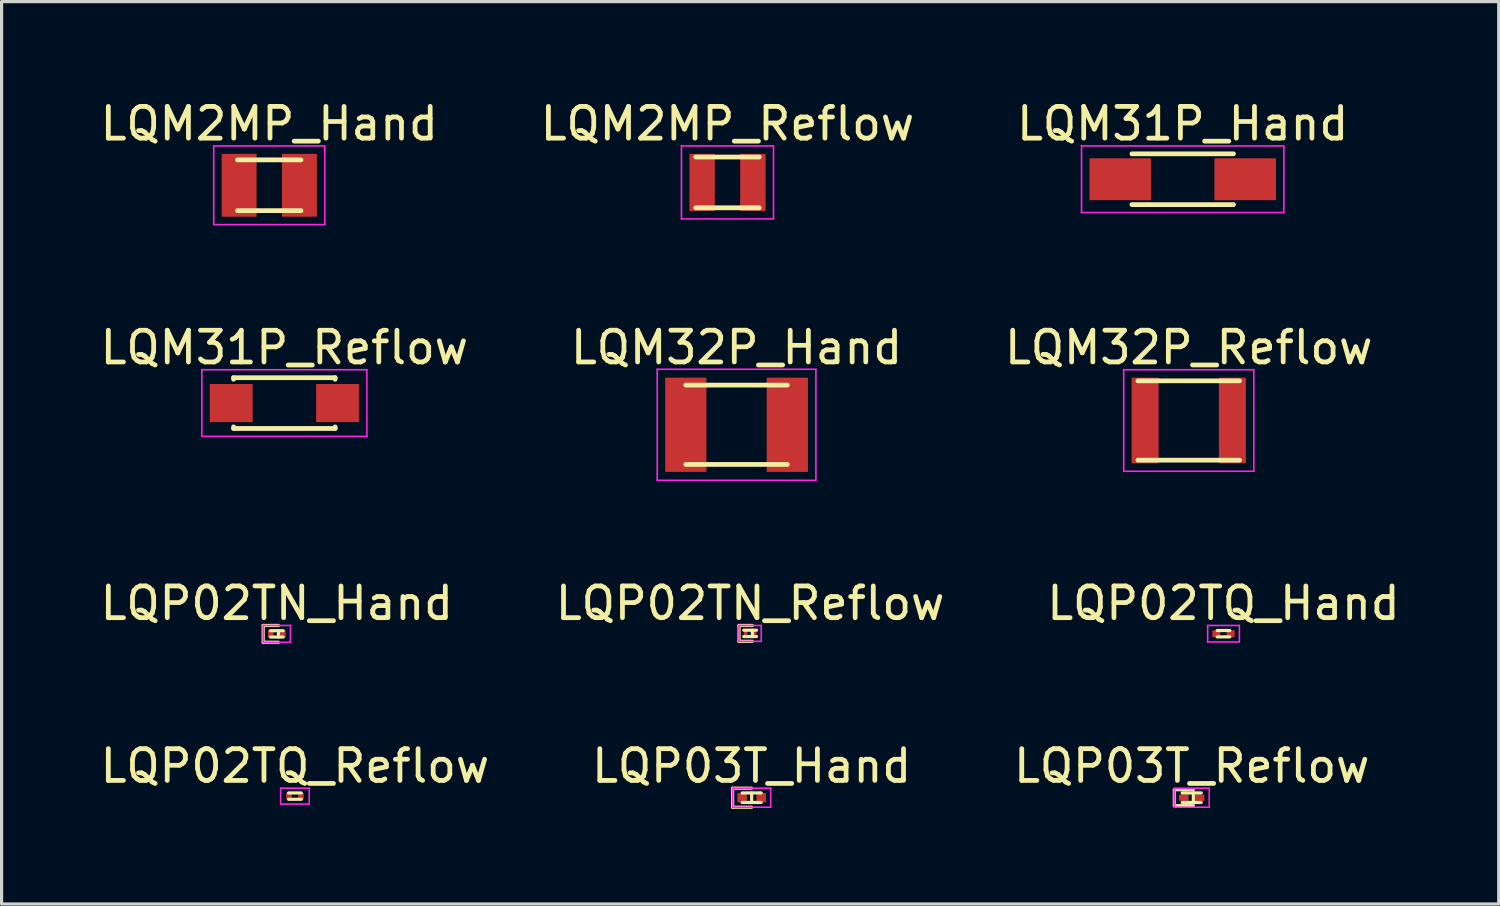
<source format=kicad_pcb>
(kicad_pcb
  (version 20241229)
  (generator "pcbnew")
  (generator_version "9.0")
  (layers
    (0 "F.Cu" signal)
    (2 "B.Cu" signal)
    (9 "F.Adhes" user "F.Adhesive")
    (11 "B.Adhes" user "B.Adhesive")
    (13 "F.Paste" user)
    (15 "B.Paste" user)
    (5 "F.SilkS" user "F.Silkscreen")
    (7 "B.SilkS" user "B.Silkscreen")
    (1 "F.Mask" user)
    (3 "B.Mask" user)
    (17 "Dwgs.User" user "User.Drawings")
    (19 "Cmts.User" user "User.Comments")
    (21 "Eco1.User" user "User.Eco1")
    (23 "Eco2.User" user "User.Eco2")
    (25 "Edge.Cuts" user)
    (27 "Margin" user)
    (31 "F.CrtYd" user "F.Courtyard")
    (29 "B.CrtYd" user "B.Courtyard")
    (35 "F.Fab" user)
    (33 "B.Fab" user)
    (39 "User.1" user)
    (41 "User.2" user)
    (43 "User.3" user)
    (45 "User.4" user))
  (footprint "LQP03T_Reflow"
    (layer "F.Cu")
    (at 34.506 22.088)
    (property "Reference" "LQP03T_Reflow" (at 0 -1 0) (layer "F.SilkS") (effects (font (size 1 1) (thickness 0.15))))
    (attr smd)
    (fp_line (start -0.55 -0.25) (end 0.05 -0.25) (stroke (width 0.1) (type solid)) (layer "F.SilkS"))
    (fp_line (start -0.55 0.25) (end -0.55 -0.25) (stroke (width 0.1) (type solid)) (layer "F.SilkS"))
    (fp_line (start -0.55 0.25) (end 0.05 0.25) (stroke (width 0.1) (type solid)) (layer "F.SilkS"))
    (fp_line (start -0.3 -0.15) (end 0.3 -0.15) (stroke (width 0.1) (type solid)) (layer "F.SilkS"))
    (fp_line (start -0.3 0.15) (end 0.3 0.15) (stroke (width 0.1) (type solid)) (layer "F.SilkS"))
    (fp_line (start 0.05 -0.15) (end 0.05 0.15) (stroke (width 0.1) (type solid)) (layer "F.SilkS"))
    (fp_line (start -0.55 -0.3) (end -0.55 0.3) (stroke (width 0.05) (type solid)) (layer "F.CrtYd"))
    (fp_line (start -0.55 -0.3) (end 0.55 -0.3) (stroke (width 0.05) (type solid)) (layer "F.CrtYd"))
    (fp_line (start -0.55 0.3) (end 0.55 0.3) (stroke (width 0.05) (type solid)) (layer "F.CrtYd"))
    (fp_line (start 0.55 -0.3) (end 0.55 0.3) (stroke (width 0.05) (type solid)) (layer "F.CrtYd"))
    (pad "1" smd rect (at -0.25 0) (size 0.3 0.2) (layers "F.Cu" "F.Mask" "F.Paste"))
    (pad "2" smd rect (at 0.25 0) (size 0.3 0.2) (layers "F.Cu" "F.Mask" "F.Paste")))
  (footprint "LQP02TQ_Reflow"
    (layer "F.Cu")
    (at 6.244 22.038)
    (property "Reference" "LQP02TQ_Reflow" (at 0 -0.95 0) (layer "F.SilkS") (effects (font (size 1 1) (thickness 0.15))))
    (attr smd)
    (fp_line (start -0.2 -0.1) (end 0.2 -0.1) (stroke (width 0.1) (type solid)) (layer "F.SilkS"))
    (fp_line (start -0.2 0.1) (end 0.2 0.1) (stroke (width 0.1) (type solid)) (layer "F.SilkS"))
    (fp_line (start -0.45 -0.25) (end -0.45 0.25) (stroke (width 0.05) (type solid)) (layer "F.CrtYd"))
    (fp_line (start -0.45 -0.25) (end 0.45 -0.25) (stroke (width 0.05) (type solid)) (layer "F.CrtYd"))
    (fp_line (start -0.45 0.25) (end 0.45 0.25) (stroke (width 0.05) (type solid)) (layer "F.CrtYd"))
    (fp_line (start 0.45 -0.25) (end 0.45 0.25) (stroke (width 0.05) (type solid)) (layer "F.CrtYd"))
    (pad "1" smd rect (at -0.19 0) (size 0.18 0.2) (layers "F.Cu" "F.Mask" "F.Paste"))
    (pad "2" smd rect (at 0.19 0) (size 0.18 0.2) (layers "F.Cu" "F.Mask" "F.Paste")))
  (footprint "LQP02TN_Reflow"
    (layer "F.Cu")
    (at 20.589 16.91)
    (property "Reference" "LQP02TN_Reflow" (at 0 -0.95 0) (layer "F.SilkS") (effects (font (size 1 1) (thickness 0.15))))
    (attr smd)
    (fp_line (start -0.35 -0.25) (end 0.07 -0.25) (stroke (width 0.1) (type solid)) (layer "F.SilkS"))
    (fp_line (start -0.35 0.25) (end -0.35 -0.25) (stroke (width 0.1) (type solid)) (layer "F.SilkS"))
    (fp_line (start -0.35 0.25) (end 0.07 0.25) (stroke (width 0.1) (type solid)) (layer "F.SilkS"))
    (fp_line (start -0.2 -0.1) (end 0.2 -0.1) (stroke (width 0.1) (type solid)) (layer "F.SilkS"))
    (fp_line (start -0.2 0.1) (end 0.2 0.1) (stroke (width 0.1) (type solid)) (layer "F.SilkS"))
    (fp_line (start 0.07 -0.1) (end 0.07 0.1) (stroke (width 0.1) (type solid)) (layer "F.SilkS"))
    (fp_line (start -0.35 -0.25) (end -0.35 0.25) (stroke (width 0.05) (type solid)) (layer "F.CrtYd"))
    (fp_line (start -0.35 -0.25) (end 0.35 -0.25) (stroke (width 0.05) (type solid)) (layer "F.CrtYd"))
    (fp_line (start -0.35 0.25) (end 0.35 0.25) (stroke (width 0.05) (type solid)) (layer "F.CrtYd"))
    (fp_line (start 0.35 -0.25) (end 0.35 0.25) (stroke (width 0.05) (type solid)) (layer "F.CrtYd"))
    (pad "1" smd rect (at -0.14 0) (size 0.12 0.2) (layers "F.Cu" "F.Mask" "F.Paste"))
    (pad "2" smd rect (at 0.14 0) (size 0.12 0.2) (layers "F.Cu" "F.Mask" "F.Paste")))
  (footprint "LQP02TN_Hand"
    (layer "F.Cu")
    (at 5.673 16.925)
    (property "Reference" "LQP02TN_Hand" (at 0 -0.965 0) (layer "F.SilkS") (effects (font (size 1 1) (thickness 0.15))))
    (attr smd)
    (fp_line (start -0.43 -0.265) (end 0.05 -0.265) (stroke (width 0.1) (type solid)) (layer "F.SilkS"))
    (fp_line (start -0.43 0.265) (end -0.43 -0.265) (stroke (width 0.1) (type solid)) (layer "F.SilkS"))
    (fp_line (start -0.43 0.265) (end 0.05 0.265) (stroke (width 0.1) (type solid)) (layer "F.SilkS"))
    (fp_line (start -0.2 -0.1) (end 0.2 -0.1) (stroke (width 0.1) (type solid)) (layer "F.SilkS"))
    (fp_line (start -0.2 0.1) (end 0.2 0.1) (stroke (width 0.1) (type solid)) (layer "F.SilkS"))
    (fp_line (start 0.05 -0.1) (end 0.05 0.1) (stroke (width 0.1) (type solid)) (layer "F.SilkS"))
    (fp_line (start -0.43 -0.265) (end -0.43 0.265) (stroke (width 0.05) (type solid)) (layer "F.CrtYd"))
    (fp_line (start -0.43 -0.265) (end 0.43 -0.265) (stroke (width 0.05) (type solid)) (layer "F.CrtYd"))
    (fp_line (start -0.43 0.265) (end 0.43 0.265) (stroke (width 0.05) (type solid)) (layer "F.CrtYd"))
    (fp_line (start 0.43 -0.265) (end 0.43 0.265) (stroke (width 0.05) (type solid)) (layer "F.CrtYd"))
    (pad "1" smd rect (at -0.19 0) (size 0.18 0.23) (layers "F.Cu" "F.Mask" "F.Paste"))
    (pad "2" smd rect (at 0.19 0) (size 0.18 0.23) (layers "F.Cu" "F.Mask" "F.Paste")))
  (footprint "LQP02TQ_Hand"
    (layer "F.Cu")
    (at 35.506 16.92)
    (property "Reference" "LQP02TQ_Hand" (at 0 -0.96 0) (layer "F.SilkS") (effects (font (size 1 1) (thickness 0.15))))
    (attr smd)
    (fp_line (start -0.2 -0.1) (end 0.2 -0.1) (stroke (width 0.1) (type solid)) (layer "F.SilkS"))
    (fp_line (start -0.2 0.1) (end 0.2 0.1) (stroke (width 0.1) (type solid)) (layer "F.SilkS"))
    (fp_line (start -0.5 -0.26) (end -0.5 0.26) (stroke (width 0.05) (type solid)) (layer "F.CrtYd"))
    (fp_line (start -0.5 -0.26) (end 0.5 -0.26) (stroke (width 0.05) (type solid)) (layer "F.CrtYd"))
    (fp_line (start -0.5 0.26) (end 0.5 0.26) (stroke (width 0.05) (type solid)) (layer "F.CrtYd"))
    (fp_line (start 0.5 -0.26) (end 0.5 0.26) (stroke (width 0.05) (type solid)) (layer "F.CrtYd"))
    (pad "1" smd rect (at -0.225 0) (size 0.25 0.22) (layers "F.Cu" "F.Mask" "F.Paste"))
    (pad "2" smd rect (at 0.225 0) (size 0.25 0.22) (layers "F.Cu" "F.Mask" "F.Paste")))
  (footprint "LQM31P_Hand"
    (layer "F.Cu")
    (at 34.22 2.598)
    (property "Reference" "LQM31P_Hand" (at 0 -1.75 0) (layer "F.SilkS") (effects (font (size 1 1) (thickness 0.15))))
    (attr smd)
    (fp_line (start -1.6 -0.8) (end 1.6 -0.8) (stroke (width 0.15) (type solid)) (layer "F.SilkS"))
    (fp_line (start -1.6 0.8) (end 1.6 0.8) (stroke (width 0.15) (type solid)) (layer "F.SilkS"))
    (fp_line (start -3.188 -1.05) (end -3.188 1.05) (stroke (width 0.05) (type solid)) (layer "F.CrtYd"))
    (fp_line (start -3.188 -1.05) (end 3.188 -1.05) (stroke (width 0.05) (type solid)) (layer "F.CrtYd"))
    (fp_line (start -3.188 1.05) (end 3.188 1.05) (stroke (width 0.05) (type solid)) (layer "F.CrtYd"))
    (fp_line (start 3.188 -1.05) (end 3.188 1.05) (stroke (width 0.05) (type solid)) (layer "F.CrtYd"))
    (pad "1" smd rect (at -1.969 0) (size 1.938 1.32) (layers "F.Cu" "F.Mask" "F.Paste"))
    (pad "2" smd rect (at 1.969 0) (size 1.938 1.32) (layers "F.Cu" "F.Mask" "F.Paste")))
  (footprint "LQM31P_Reflow"
    (layer "F.Cu")
    (at 5.911 9.652)
    (property "Reference" "LQM31P_Reflow" (at 0 -1.75 0) (layer "F.SilkS") (effects (font (size 1 1) (thickness 0.15))))
    (attr smd)
    (fp_line (start -1.6 -0.8) (end -1.6 -0.75) (stroke (width 0.15) (type solid)) (layer "F.SilkS"))
    (fp_line (start -1.6 -0.8) (end 1.6 -0.8) (stroke (width 0.15) (type solid)) (layer "F.SilkS"))
    (fp_line (start -1.6 0.75) (end -1.6 0.8) (stroke (width 0.15) (type solid)) (layer "F.SilkS"))
    (fp_line (start -1.6 0.8) (end 1.6 0.8) (stroke (width 0.15) (type solid)) (layer "F.SilkS"))
    (fp_line (start 1.6 -0.8) (end 1.6 -0.75) (stroke (width 0.15) (type solid)) (layer "F.SilkS"))
    (fp_line (start 1.6 0.75) (end 1.6 0.8) (stroke (width 0.15) (type solid)) (layer "F.SilkS"))
    (fp_line (start -2.6 -1.05) (end -2.6 1.05) (stroke (width 0.05) (type solid)) (layer "F.CrtYd"))
    (fp_line (start -2.6 -1.05) (end 2.6 -1.05) (stroke (width 0.05) (type solid)) (layer "F.CrtYd"))
    (fp_line (start -2.6 1.05) (end 2.6 1.05) (stroke (width 0.05) (type solid)) (layer "F.CrtYd"))
    (fp_line (start 2.6 -1.05) (end 2.6 1.05) (stroke (width 0.05) (type solid)) (layer "F.CrtYd"))
    (pad "1" smd rect (at -1.675 0) (size 1.35 1.2) (layers "F.Cu" "F.Mask" "F.Paste"))
    (pad "2" smd rect (at 1.675 0) (size 1.35 1.2) (layers "F.Cu" "F.Mask" "F.Paste")))
  (footprint "LQM2MP_Reflow"
    (layer "F.Cu")
    (at 19.875 2.698)
    (property "Reference" "LQM2MP_Reflow" (at 0 -1.85 0) (layer "F.SilkS") (effects (font (size 1 1) (thickness 0.15))))
    (attr smd)
    (fp_line (start -1 -0.8) (end 1 -0.8) (stroke (width 0.15) (type solid)) (layer "F.SilkS"))
    (fp_line (start -1 0.8) (end 1 0.8) (stroke (width 0.15) (type solid)) (layer "F.SilkS"))
    (fp_line (start -1.45 -1.15) (end -1.45 1.15) (stroke (width 0.05) (type solid)) (layer "F.CrtYd"))
    (fp_line (start -1.45 -1.15) (end 1.45 -1.15) (stroke (width 0.05) (type solid)) (layer "F.CrtYd"))
    (fp_line (start -1.45 1.15) (end 1.45 1.15) (stroke (width 0.05) (type solid)) (layer "F.CrtYd"))
    (fp_line (start 1.45 -1.15) (end 1.45 1.15) (stroke (width 0.05) (type solid)) (layer "F.CrtYd"))
    (pad "1" smd rect (at -0.8 0) (size 0.8 1.8) (layers "F.Cu" "F.Mask" "F.Paste"))
    (pad "2" smd rect (at 0.8 0) (size 0.8 1.8) (layers "F.Cu" "F.Mask" "F.Paste")))
  (footprint "LQP03T_Hand"
    (layer "F.Cu")
    (at 20.637 22.088)
    (property "Reference" "LQP03T_Hand" (at 0 -1 0) (layer "F.SilkS") (effects (font (size 1 1) (thickness 0.15))))
    (attr smd)
    (fp_line (start -0.6 -0.3) (end 0 -0.3) (stroke (width 0.1) (type solid)) (layer "F.SilkS"))
    (fp_line (start -0.6 0.3) (end -0.6 -0.3) (stroke (width 0.1) (type solid)) (layer "F.SilkS"))
    (fp_line (start -0.6 0.3) (end 0 0.3) (stroke (width 0.1) (type solid)) (layer "F.SilkS"))
    (fp_line (start -0.3 -0.15) (end 0.3 -0.15) (stroke (width 0.1) (type solid)) (layer "F.SilkS"))
    (fp_line (start -0.3 0.15) (end 0.3 0.15) (stroke (width 0.1) (type solid)) (layer "F.SilkS"))
    (fp_line (start 0 -0.15) (end 0 0.15) (stroke (width 0.1) (type solid)) (layer "F.SilkS"))
    (fp_line (start -0.6 -0.3) (end -0.6 0.3) (stroke (width 0.05) (type solid)) (layer "F.CrtYd"))
    (fp_line (start -0.6 -0.3) (end 0.6 -0.3) (stroke (width 0.05) (type solid)) (layer "F.CrtYd"))
    (fp_line (start -0.6 0.3) (end 0.6 0.3) (stroke (width 0.05) (type solid)) (layer "F.CrtYd"))
    (fp_line (start 0.6 -0.3) (end 0.6 0.3) (stroke (width 0.05) (type solid)) (layer "F.CrtYd"))
    (pad "1" smd rect (at -0.3 0) (size 0.3 0.3) (layers "F.Cu" "F.Mask" "F.Paste"))
    (pad "2" smd rect (at 0.3 0) (size 0.3 0.3) (layers "F.Cu" "F.Mask" "F.Paste")))
  (footprint "LQM2MP_Hand"
    (layer "F.Cu")
    (at 5.435 2.788)
    (property "Reference" "LQM2MP_Hand" (at 0 -1.94 0) (layer "F.SilkS") (effects (font (size 1 1) (thickness 0.15))))
    (attr smd)
    (fp_line (start -1 -0.8) (end 1 -0.8) (stroke (width 0.15) (type solid)) (layer "F.SilkS"))
    (fp_line (start -1 0.8) (end 1 0.8) (stroke (width 0.15) (type solid)) (layer "F.SilkS"))
    (fp_line (start -1.75 -1.24) (end -1.75 1.24) (stroke (width 0.05) (type solid)) (layer "F.CrtYd"))
    (fp_line (start -1.75 -1.24) (end 1.75 -1.24) (stroke (width 0.05) (type solid)) (layer "F.CrtYd"))
    (fp_line (start -1.75 1.24) (end 1.75 1.24) (stroke (width 0.05) (type solid)) (layer "F.CrtYd"))
    (fp_line (start 1.75 -1.24) (end 1.75 1.24) (stroke (width 0.05) (type solid)) (layer "F.CrtYd"))
    (pad "1" smd rect (at -0.95 0) (size 1.1 1.98) (layers "F.Cu" "F.Mask" "F.Paste"))
    (pad "2" smd rect (at 0.95 0) (size 1.1 1.98) (layers "F.Cu" "F.Mask" "F.Paste")))
  (footprint "LQM32P_Hand"
    (layer "F.Cu")
    (at 20.161 10.336)
    (property "Reference" "LQM32P_Hand" (at 0 -2.435 0) (layer "F.SilkS") (effects (font (size 1 1) (thickness 0.15))))
    (attr smd)
    (fp_line (start -1.6 -1.25) (end 1.6 -1.25) (stroke (width 0.15) (type solid)) (layer "F.SilkS"))
    (fp_line (start -1.6 1.25) (end 1.6 1.25) (stroke (width 0.15) (type solid)) (layer "F.SilkS"))
    (fp_line (start -2.5 -1.75) (end -2.5 1.75) (stroke (width 0.05) (type solid)) (layer "F.CrtYd"))
    (fp_line (start -2.5 -1.75) (end 2.5 -1.75) (stroke (width 0.05) (type solid)) (layer "F.CrtYd"))
    (fp_line (start -2.5 1.75) (end 2.5 1.75) (stroke (width 0.05) (type solid)) (layer "F.CrtYd"))
    (fp_line (start 2.5 -1.75) (end 2.5 1.75) (stroke (width 0.05) (type solid)) (layer "F.CrtYd"))
    (pad "1" smd rect (at -1.6 0) (size 1.3 2.97) (layers "F.Cu" "F.Mask" "F.Paste"))
    (pad "2" smd rect (at 1.6 0) (size 1.3 2.97) (layers "F.Cu" "F.Mask" "F.Paste")))
  (footprint "LQM32P_Reflow"
    (layer "F.Cu")
    (at 34.411 10.201)
    (property "Reference" "LQM32P_Reflow" (at 0 -2.3 0) (layer "F.SilkS") (effects (font (size 1 1) (thickness 0.15))))
    (attr smd)
    (fp_line (start -1.6 -1.25) (end 1.6 -1.25) (stroke (width 0.15) (type solid)) (layer "F.SilkS"))
    (fp_line (start -1.6 1.25) (end 1.6 1.25) (stroke (width 0.15) (type solid)) (layer "F.SilkS"))
    (fp_line (start -2.05 -1.6) (end -2.05 1.6) (stroke (width 0.05) (type solid)) (layer "F.CrtYd"))
    (fp_line (start -2.05 -1.6) (end 2.05 -1.6) (stroke (width 0.05) (type solid)) (layer "F.CrtYd"))
    (fp_line (start -2.05 1.6) (end 2.05 1.6) (stroke (width 0.05) (type solid)) (layer "F.CrtYd"))
    (fp_line (start 2.05 -1.6) (end 2.05 1.6) (stroke (width 0.05) (type solid)) (layer "F.CrtYd"))
    (pad "1" smd rect (at -1.375 0) (size 0.85 2.7) (layers "F.Cu" "F.Mask" "F.Paste"))
    (pad "2" smd rect (at 1.375 0) (size 0.85 2.7) (layers "F.Cu" "F.Mask" "F.Paste")))
  (gr_rect
    (start -3 -3)
    (end 44.179 25.438)
    (stroke (width 0.1) (type default))
    (fill no)
    (layer "Edge.Cuts")))
</source>
